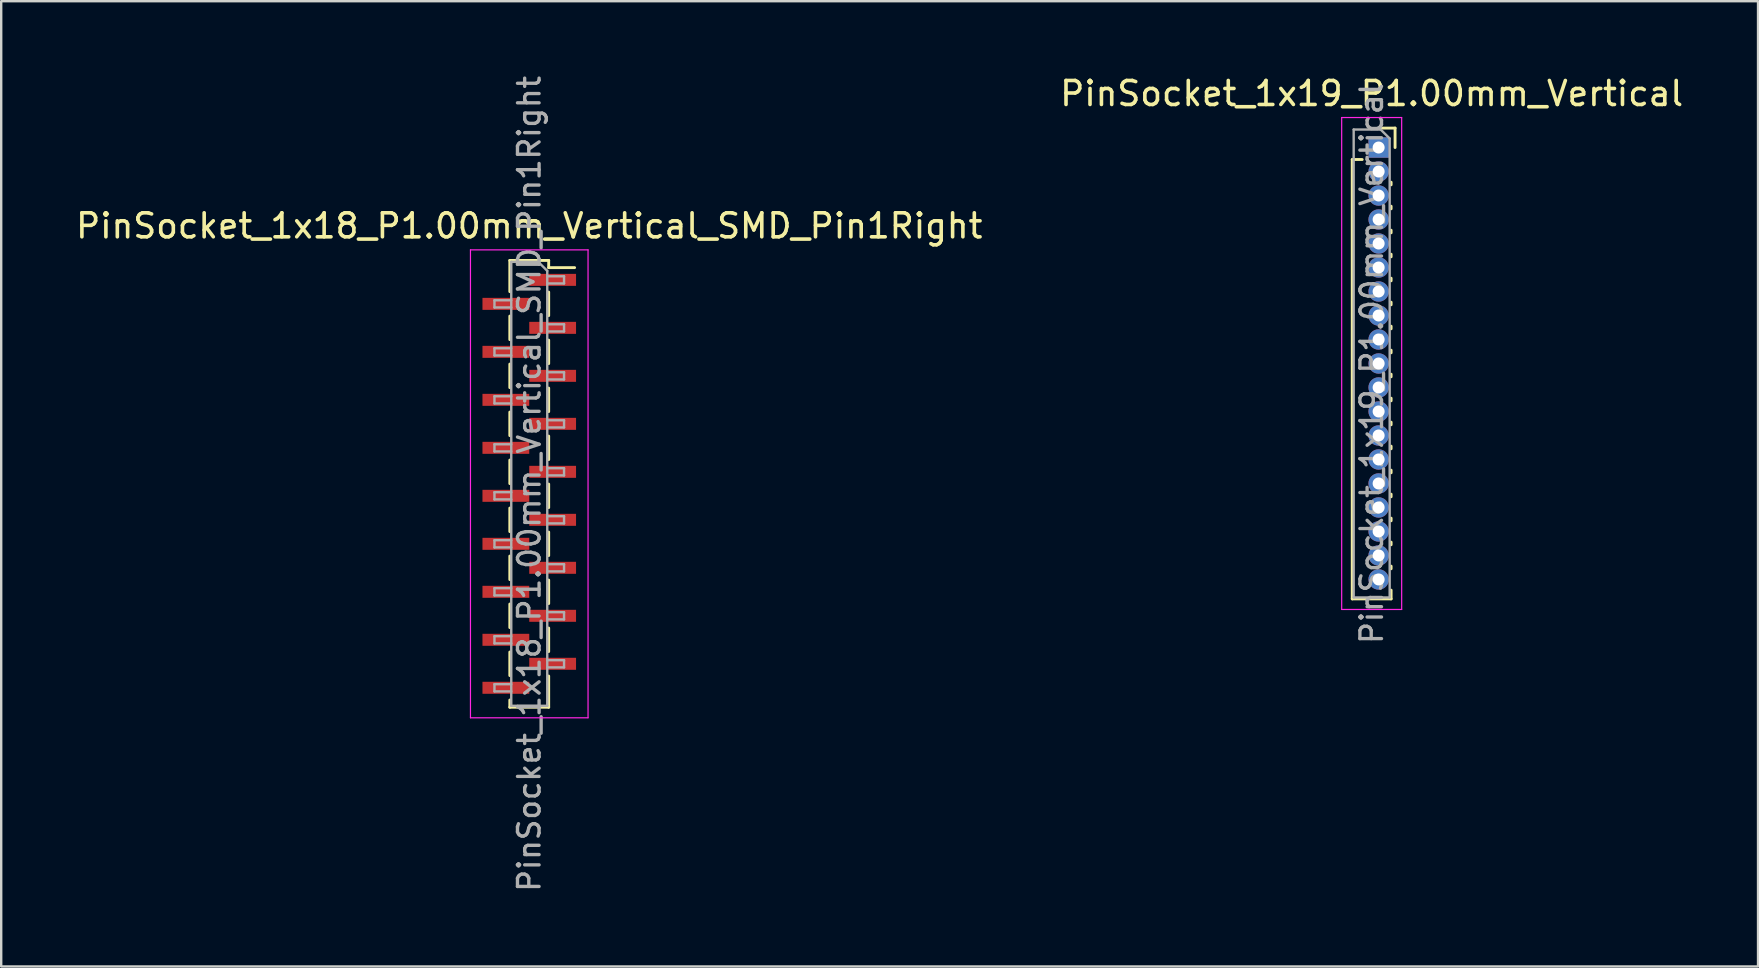
<source format=kicad_pcb>
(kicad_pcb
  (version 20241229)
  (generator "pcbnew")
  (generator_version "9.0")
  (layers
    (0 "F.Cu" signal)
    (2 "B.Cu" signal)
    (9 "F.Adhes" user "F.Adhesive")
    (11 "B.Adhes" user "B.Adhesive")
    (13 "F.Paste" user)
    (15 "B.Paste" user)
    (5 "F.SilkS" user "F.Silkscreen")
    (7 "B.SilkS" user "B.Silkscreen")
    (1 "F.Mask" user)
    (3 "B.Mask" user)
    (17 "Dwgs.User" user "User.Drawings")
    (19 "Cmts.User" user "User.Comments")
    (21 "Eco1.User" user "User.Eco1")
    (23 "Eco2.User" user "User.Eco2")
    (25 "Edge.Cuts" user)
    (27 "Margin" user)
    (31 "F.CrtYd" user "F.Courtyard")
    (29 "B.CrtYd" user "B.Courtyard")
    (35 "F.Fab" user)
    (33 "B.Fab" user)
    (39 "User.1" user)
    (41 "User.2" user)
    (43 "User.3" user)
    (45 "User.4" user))
  (footprint "PinSocket_1x18_P1.00mm_Vertical_SMD_Pin1Right"
    (layer "F.Cu")
    (at 19.006 17.113)
    (property "Reference" "PinSocket_1x18_P1.00mm_Vertical_SMD_Pin1Right" (at 0 -10.75 0) (layer "F.SilkS") (effects (font (size 1 1) (thickness 0.15))))
    (attr smd)
    (fp_line (start -0.81 -9.31) (end -0.81 -8.01) (stroke (width 0.12) (type solid)) (layer "F.SilkS"))
    (fp_line (start -0.81 -9.31) (end 0.81 -9.31) (stroke (width 0.12) (type solid)) (layer "F.SilkS"))
    (fp_line (start -0.81 -6.99) (end -0.81 -6.01) (stroke (width 0.12) (type solid)) (layer "F.SilkS"))
    (fp_line (start -0.81 -4.99) (end -0.81 -4.01) (stroke (width 0.12) (type solid)) (layer "F.SilkS"))
    (fp_line (start -0.81 -2.99) (end -0.81 -2.01) (stroke (width 0.12) (type solid)) (layer "F.SilkS"))
    (fp_line (start -0.81 -0.99) (end -0.81 -0.01) (stroke (width 0.12) (type solid)) (layer "F.SilkS"))
    (fp_line (start -0.81 1.01) (end -0.81 1.99) (stroke (width 0.12) (type solid)) (layer "F.SilkS"))
    (fp_line (start -0.81 3.01) (end -0.81 3.99) (stroke (width 0.12) (type solid)) (layer "F.SilkS"))
    (fp_line (start -0.81 5.01) (end -0.81 5.99) (stroke (width 0.12) (type solid)) (layer "F.SilkS"))
    (fp_line (start -0.81 7.01) (end -0.81 7.99) (stroke (width 0.12) (type solid)) (layer "F.SilkS"))
    (fp_line (start -0.81 9.01) (end -0.81 9.31) (stroke (width 0.12) (type solid)) (layer "F.SilkS"))
    (fp_line (start -0.81 9.31) (end 0.81 9.31) (stroke (width 0.12) (type solid)) (layer "F.SilkS"))
    (fp_line (start 0.81 -9.31) (end 0.81 -9.01) (stroke (width 0.12) (type solid)) (layer "F.SilkS"))
    (fp_line (start 0.81 -9.01) (end 1.89 -9.01) (stroke (width 0.12) (type solid)) (layer "F.SilkS"))
    (fp_line (start 0.81 -7.99) (end 0.81 -7.01) (stroke (width 0.12) (type solid)) (layer "F.SilkS"))
    (fp_line (start 0.81 -5.99) (end 0.81 -5.01) (stroke (width 0.12) (type solid)) (layer "F.SilkS"))
    (fp_line (start 0.81 -3.99) (end 0.81 -3.01) (stroke (width 0.12) (type solid)) (layer "F.SilkS"))
    (fp_line (start 0.81 -1.99) (end 0.81 -1.01) (stroke (width 0.12) (type solid)) (layer "F.SilkS"))
    (fp_line (start 0.81 0.01) (end 0.81 0.99) (stroke (width 0.12) (type solid)) (layer "F.SilkS"))
    (fp_line (start 0.81 2.01) (end 0.81 2.99) (stroke (width 0.12) (type solid)) (layer "F.SilkS"))
    (fp_line (start 0.81 4.01) (end 0.81 4.99) (stroke (width 0.12) (type solid)) (layer "F.SilkS"))
    (fp_line (start 0.81 6.01) (end 0.81 6.99) (stroke (width 0.12) (type solid)) (layer "F.SilkS"))
    (fp_line (start 0.81 8.01) (end 0.81 9.31) (stroke (width 0.12) (type solid)) (layer "F.SilkS"))
    (fp_line (start -2.45 -9.75) (end 2.45 -9.75) (stroke (width 0.05) (type solid)) (layer "F.CrtYd"))
    (fp_line (start -2.45 9.75) (end -2.45 -9.75) (stroke (width 0.05) (type solid)) (layer "F.CrtYd"))
    (fp_line (start 2.45 -9.75) (end 2.45 9.75) (stroke (width 0.05) (type solid)) (layer "F.CrtYd"))
    (fp_line (start 2.45 9.75) (end -2.45 9.75) (stroke (width 0.05) (type solid)) (layer "F.CrtYd"))
    (fp_line (start -1.45 -7.65) (end -0.75 -7.65) (stroke (width 0.1) (type solid)) (layer "F.Fab"))
    (fp_line (start -1.45 -7.35) (end -1.45 -7.65) (stroke (width 0.1) (type solid)) (layer "F.Fab"))
    (fp_line (start -1.45 -5.65) (end -0.75 -5.65) (stroke (width 0.1) (type solid)) (layer "F.Fab"))
    (fp_line (start -1.45 -5.35) (end -1.45 -5.65) (stroke (width 0.1) (type solid)) (layer "F.Fab"))
    (fp_line (start -1.45 -3.65) (end -0.75 -3.65) (stroke (width 0.1) (type solid)) (layer "F.Fab"))
    (fp_line (start -1.45 -3.35) (end -1.45 -3.65) (stroke (width 0.1) (type solid)) (layer "F.Fab"))
    (fp_line (start -1.45 -1.65) (end -0.75 -1.65) (stroke (width 0.1) (type solid)) (layer "F.Fab"))
    (fp_line (start -1.45 -1.35) (end -1.45 -1.65) (stroke (width 0.1) (type solid)) (layer "F.Fab"))
    (fp_line (start -1.45 0.35) (end -0.75 0.35) (stroke (width 0.1) (type solid)) (layer "F.Fab"))
    (fp_line (start -1.45 0.65) (end -1.45 0.35) (stroke (width 0.1) (type solid)) (layer "F.Fab"))
    (fp_line (start -1.45 2.35) (end -0.75 2.35) (stroke (width 0.1) (type solid)) (layer "F.Fab"))
    (fp_line (start -1.45 2.65) (end -1.45 2.35) (stroke (width 0.1) (type solid)) (layer "F.Fab"))
    (fp_line (start -1.45 4.35) (end -0.75 4.35) (stroke (width 0.1) (type solid)) (layer "F.Fab"))
    (fp_line (start -1.45 4.65) (end -1.45 4.35) (stroke (width 0.1) (type solid)) (layer "F.Fab"))
    (fp_line (start -1.45 6.35) (end -0.75 6.35) (stroke (width 0.1) (type solid)) (layer "F.Fab"))
    (fp_line (start -1.45 6.65) (end -1.45 6.35) (stroke (width 0.1) (type solid)) (layer "F.Fab"))
    (fp_line (start -1.45 8.35) (end -0.75 8.35) (stroke (width 0.1) (type solid)) (layer "F.Fab"))
    (fp_line (start -1.45 8.65) (end -1.45 8.35) (stroke (width 0.1) (type solid)) (layer "F.Fab"))
    (fp_line (start -0.75 -9.25) (end 0.375 -9.25) (stroke (width 0.1) (type solid)) (layer "F.Fab"))
    (fp_line (start -0.75 -7.35) (end -1.45 -7.35) (stroke (width 0.1) (type solid)) (layer "F.Fab"))
    (fp_line (start -0.75 -5.35) (end -1.45 -5.35) (stroke (width 0.1) (type solid)) (layer "F.Fab"))
    (fp_line (start -0.75 -3.35) (end -1.45 -3.35) (stroke (width 0.1) (type solid)) (layer "F.Fab"))
    (fp_line (start -0.75 -1.35) (end -1.45 -1.35) (stroke (width 0.1) (type solid)) (layer "F.Fab"))
    (fp_line (start -0.75 0.65) (end -1.45 0.65) (stroke (width 0.1) (type solid)) (layer "F.Fab"))
    (fp_line (start -0.75 2.65) (end -1.45 2.65) (stroke (width 0.1) (type solid)) (layer "F.Fab"))
    (fp_line (start -0.75 4.65) (end -1.45 4.65) (stroke (width 0.1) (type solid)) (layer "F.Fab"))
    (fp_line (start -0.75 6.65) (end -1.45 6.65) (stroke (width 0.1) (type solid)) (layer "F.Fab"))
    (fp_line (start -0.75 8.65) (end -1.45 8.65) (stroke (width 0.1) (type solid)) (layer "F.Fab"))
    (fp_line (start -0.75 9.25) (end -0.75 -9.25) (stroke (width 0.1) (type solid)) (layer "F.Fab"))
    (fp_line (start 0.375 -9.25) (end 0.75 -8.875) (stroke (width 0.1) (type solid)) (layer "F.Fab"))
    (fp_line (start 0.75 -8.875) (end 0.75 9.25) (stroke (width 0.1) (type solid)) (layer "F.Fab"))
    (fp_line (start 0.75 -8.65) (end 1.45 -8.65) (stroke (width 0.1) (type solid)) (layer "F.Fab"))
    (fp_line (start 0.75 -6.65) (end 1.45 -6.65) (stroke (width 0.1) (type solid)) (layer "F.Fab"))
    (fp_line (start 0.75 -4.65) (end 1.45 -4.65) (stroke (width 0.1) (type solid)) (layer "F.Fab"))
    (fp_line (start 0.75 -2.65) (end 1.45 -2.65) (stroke (width 0.1) (type solid)) (layer "F.Fab"))
    (fp_line (start 0.75 -0.65) (end 1.45 -0.65) (stroke (width 0.1) (type solid)) (layer "F.Fab"))
    (fp_line (start 0.75 1.35) (end 1.45 1.35) (stroke (width 0.1) (type solid)) (layer "F.Fab"))
    (fp_line (start 0.75 3.35) (end 1.45 3.35) (stroke (width 0.1) (type solid)) (layer "F.Fab"))
    (fp_line (start 0.75 5.35) (end 1.45 5.35) (stroke (width 0.1) (type solid)) (layer "F.Fab"))
    (fp_line (start 0.75 7.35) (end 1.45 7.35) (stroke (width 0.1) (type solid)) (layer "F.Fab"))
    (fp_line (start 0.75 9.25) (end -0.75 9.25) (stroke (width 0.1) (type solid)) (layer "F.Fab"))
    (fp_line (start 1.45 -8.65) (end 1.45 -8.35) (stroke (width 0.1) (type solid)) (layer "F.Fab"))
    (fp_line (start 1.45 -8.35) (end 0.75 -8.35) (stroke (width 0.1) (type solid)) (layer "F.Fab"))
    (fp_line (start 1.45 -6.65) (end 1.45 -6.35) (stroke (width 0.1) (type solid)) (layer "F.Fab"))
    (fp_line (start 1.45 -6.35) (end 0.75 -6.35) (stroke (width 0.1) (type solid)) (layer "F.Fab"))
    (fp_line (start 1.45 -4.65) (end 1.45 -4.35) (stroke (width 0.1) (type solid)) (layer "F.Fab"))
    (fp_line (start 1.45 -4.35) (end 0.75 -4.35) (stroke (width 0.1) (type solid)) (layer "F.Fab"))
    (fp_line (start 1.45 -2.65) (end 1.45 -2.35) (stroke (width 0.1) (type solid)) (layer "F.Fab"))
    (fp_line (start 1.45 -2.35) (end 0.75 -2.35) (stroke (width 0.1) (type solid)) (layer "F.Fab"))
    (fp_line (start 1.45 -0.65) (end 1.45 -0.35) (stroke (width 0.1) (type solid)) (layer "F.Fab"))
    (fp_line (start 1.45 -0.35) (end 0.75 -0.35) (stroke (width 0.1) (type solid)) (layer "F.Fab"))
    (fp_line (start 1.45 1.35) (end 1.45 1.65) (stroke (width 0.1) (type solid)) (layer "F.Fab"))
    (fp_line (start 1.45 1.65) (end 0.75 1.65) (stroke (width 0.1) (type solid)) (layer "F.Fab"))
    (fp_line (start 1.45 3.35) (end 1.45 3.65) (stroke (width 0.1) (type solid)) (layer "F.Fab"))
    (fp_line (start 1.45 3.65) (end 0.75 3.65) (stroke (width 0.1) (type solid)) (layer "F.Fab"))
    (fp_line (start 1.45 5.35) (end 1.45 5.65) (stroke (width 0.1) (type solid)) (layer "F.Fab"))
    (fp_line (start 1.45 5.65) (end 0.75 5.65) (stroke (width 0.1) (type solid)) (layer "F.Fab"))
    (fp_line (start 1.45 7.35) (end 1.45 7.65) (stroke (width 0.1) (type solid)) (layer "F.Fab"))
    (fp_line (start 1.45 7.65) (end 0.75 7.65) (stroke (width 0.1) (type solid)) (layer "F.Fab"))
    (fp_text user "${REFERENCE}" (at 0 0 90) (layer "F.Fab") (effects (font (size 0.9 0.9) (thickness 0.14))))
    (pad "1" smd rect (at 0.975 -8.5) (size 1.95 0.5) (layers "F.Cu" "F.Mask" "F.Paste"))
    (pad "2" smd rect (at -0.975 -7.5) (size 1.95 0.5) (layers "F.Cu" "F.Mask" "F.Paste"))
    (pad "3" smd rect (at 0.975 -6.5) (size 1.95 0.5) (layers "F.Cu" "F.Mask" "F.Paste"))
    (pad "4" smd rect (at -0.975 -5.5) (size 1.95 0.5) (layers "F.Cu" "F.Mask" "F.Paste"))
    (pad "5" smd rect (at 0.975 -4.5) (size 1.95 0.5) (layers "F.Cu" "F.Mask" "F.Paste"))
    (pad "6" smd rect (at -0.975 -3.5) (size 1.95 0.5) (layers "F.Cu" "F.Mask" "F.Paste"))
    (pad "7" smd rect (at 0.975 -2.5) (size 1.95 0.5) (layers "F.Cu" "F.Mask" "F.Paste"))
    (pad "8" smd rect (at -0.975 -1.5) (size 1.95 0.5) (layers "F.Cu" "F.Mask" "F.Paste"))
    (pad "9" smd rect (at 0.975 -0.5) (size 1.95 0.5) (layers "F.Cu" "F.Mask" "F.Paste"))
    (pad "10" smd rect (at -0.975 0.5) (size 1.95 0.5) (layers "F.Cu" "F.Mask" "F.Paste"))
    (pad "11" smd rect (at 0.975 1.5) (size 1.95 0.5) (layers "F.Cu" "F.Mask" "F.Paste"))
    (pad "12" smd rect (at -0.975 2.5) (size 1.95 0.5) (layers "F.Cu" "F.Mask" "F.Paste"))
    (pad "13" smd rect (at 0.975 3.5) (size 1.95 0.5) (layers "F.Cu" "F.Mask" "F.Paste"))
    (pad "14" smd rect (at -0.975 4.5) (size 1.95 0.5) (layers "F.Cu" "F.Mask" "F.Paste"))
    (pad "15" smd rect (at 0.975 5.5) (size 1.95 0.5) (layers "F.Cu" "F.Mask" "F.Paste"))
    (pad "16" smd rect (at -0.975 6.5) (size 1.95 0.5) (layers "F.Cu" "F.Mask" "F.Paste"))
    (pad "17" smd rect (at 0.975 7.5) (size 1.95 0.5) (layers "F.Cu" "F.Mask" "F.Paste"))
    (pad "18" smd rect (at -0.975 8.5) (size 1.95 0.5) (layers "F.Cu" "F.Mask" "F.Paste")))
  (footprint "PinSocket_1x19_P1.00mm_Vertical"
    (layer "F.Cu")
    (at 54.403 3.098)
    (property "Reference" "PinSocket_1x19_P1.00mm_Vertical" (at -0.29 -2.25 0) (layer "F.SilkS") (effects (font (size 1 1) (thickness 0.15))))
    (attr through_hole)
    (fp_line (start -1.1 0.5) (end -1.1 18.81) (stroke (width 0.12) (type solid)) (layer "F.SilkS"))
    (fp_line (start -1.1 0.5) (end -0.685 0.5) (stroke (width 0.12) (type solid)) (layer "F.SilkS"))
    (fp_line (start -1.1 18.81) (end 0.52 18.81) (stroke (width 0.12) (type solid)) (layer "F.SilkS"))
    (fp_line (start 0 -0.81) (end 0.685 -0.81) (stroke (width 0.12) (type solid)) (layer "F.SilkS"))
    (fp_line (start 0.52 1.446) (end 0.52 1.554) (stroke (width 0.12) (type solid)) (layer "F.SilkS"))
    (fp_line (start 0.52 2.446) (end 0.52 2.554) (stroke (width 0.12) (type solid)) (layer "F.SilkS"))
    (fp_line (start 0.52 3.446) (end 0.52 3.554) (stroke (width 0.12) (type solid)) (layer "F.SilkS"))
    (fp_line (start 0.52 4.446) (end 0.52 4.554) (stroke (width 0.12) (type solid)) (layer "F.SilkS"))
    (fp_line (start 0.52 5.446) (end 0.52 5.554) (stroke (width 0.12) (type solid)) (layer "F.SilkS"))
    (fp_line (start 0.52 6.446) (end 0.52 6.554) (stroke (width 0.12) (type solid)) (layer "F.SilkS"))
    (fp_line (start 0.52 7.446) (end 0.52 7.554) (stroke (width 0.12) (type solid)) (layer "F.SilkS"))
    (fp_line (start 0.52 8.446) (end 0.52 8.554) (stroke (width 0.12) (type solid)) (layer "F.SilkS"))
    (fp_line (start 0.52 9.446) (end 0.52 9.554) (stroke (width 0.12) (type solid)) (layer "F.SilkS"))
    (fp_line (start 0.52 10.446) (end 0.52 10.554) (stroke (width 0.12) (type solid)) (layer "F.SilkS"))
    (fp_line (start 0.52 11.446) (end 0.52 11.554) (stroke (width 0.12) (type solid)) (layer "F.SilkS"))
    (fp_line (start 0.52 12.446) (end 0.52 12.554) (stroke (width 0.12) (type solid)) (layer "F.SilkS"))
    (fp_line (start 0.52 13.446) (end 0.52 13.554) (stroke (width 0.12) (type solid)) (layer "F.SilkS"))
    (fp_line (start 0.52 14.446) (end 0.52 14.554) (stroke (width 0.12) (type solid)) (layer "F.SilkS"))
    (fp_line (start 0.52 15.446) (end 0.52 15.554) (stroke (width 0.12) (type solid)) (layer "F.SilkS"))
    (fp_line (start 0.52 16.446) (end 0.52 16.554) (stroke (width 0.12) (type solid)) (layer "F.SilkS"))
    (fp_line (start 0.52 17.446) (end 0.52 17.554) (stroke (width 0.12) (type solid)) (layer "F.SilkS"))
    (fp_line (start 0.52 18.446) (end 0.52 18.81) (stroke (width 0.12) (type solid)) (layer "F.SilkS"))
    (fp_line (start 0.685 -0.81) (end 0.685 0) (stroke (width 0.12) (type solid)) (layer "F.SilkS"))
    (fp_line (start -1.54 -1.25) (end 0.96 -1.25) (stroke (width 0.05) (type solid)) (layer "F.CrtYd"))
    (fp_line (start -1.54 19.25) (end -1.54 -1.25) (stroke (width 0.05) (type solid)) (layer "F.CrtYd"))
    (fp_line (start 0.96 -1.25) (end 0.96 19.25) (stroke (width 0.05) (type solid)) (layer "F.CrtYd"))
    (fp_line (start 0.96 19.25) (end -1.54 19.25) (stroke (width 0.05) (type solid)) (layer "F.CrtYd"))
    (fp_line (start -1.04 -0.75) (end 0.085 -0.75) (stroke (width 0.1) (type solid)) (layer "F.Fab"))
    (fp_line (start -1.04 18.75) (end -1.04 -0.75) (stroke (width 0.1) (type solid)) (layer "F.Fab"))
    (fp_line (start 0.085 -0.75) (end 0.46 -0.375) (stroke (width 0.1) (type solid)) (layer "F.Fab"))
    (fp_line (start 0.46 -0.375) (end 0.46 18.75) (stroke (width 0.1) (type solid)) (layer "F.Fab"))
    (fp_line (start 0.46 18.75) (end -1.04 18.75) (stroke (width 0.1) (type solid)) (layer "F.Fab"))
    (fp_text user "${REFERENCE}" (at -0.29 9 90) (layer "F.Fab") (effects (font (size 0.9 0.9) (thickness 0.14))))
    (pad "1" thru_hole rect (at 0 0) (size 0.85 0.85) (drill 0.5) (layers "*.Cu" "*.Mask"))
    (pad "2" thru_hole oval (at 0 1) (size 0.85 0.85) (drill 0.5) (layers "*.Cu" "*.Mask"))
    (pad "3" thru_hole oval (at 0 2) (size 0.85 0.85) (drill 0.5) (layers "*.Cu" "*.Mask"))
    (pad "4" thru_hole oval (at 0 3) (size 0.85 0.85) (drill 0.5) (layers "*.Cu" "*.Mask"))
    (pad "5" thru_hole oval (at 0 4) (size 0.85 0.85) (drill 0.5) (layers "*.Cu" "*.Mask"))
    (pad "6" thru_hole oval (at 0 5) (size 0.85 0.85) (drill 0.5) (layers "*.Cu" "*.Mask"))
    (pad "7" thru_hole oval (at 0 6) (size 0.85 0.85) (drill 0.5) (layers "*.Cu" "*.Mask"))
    (pad "8" thru_hole oval (at 0 7) (size 0.85 0.85) (drill 0.5) (layers "*.Cu" "*.Mask"))
    (pad "9" thru_hole oval (at 0 8) (size 0.85 0.85) (drill 0.5) (layers "*.Cu" "*.Mask"))
    (pad "10" thru_hole oval (at 0 9) (size 0.85 0.85) (drill 0.5) (layers "*.Cu" "*.Mask"))
    (pad "11" thru_hole oval (at 0 10) (size 0.85 0.85) (drill 0.5) (layers "*.Cu" "*.Mask"))
    (pad "12" thru_hole oval (at 0 11) (size 0.85 0.85) (drill 0.5) (layers "*.Cu" "*.Mask"))
    (pad "13" thru_hole oval (at 0 12) (size 0.85 0.85) (drill 0.5) (layers "*.Cu" "*.Mask"))
    (pad "14" thru_hole oval (at 0 13) (size 0.85 0.85) (drill 0.5) (layers "*.Cu" "*.Mask"))
    (pad "15" thru_hole oval (at 0 14) (size 0.85 0.85) (drill 0.5) (layers "*.Cu" "*.Mask"))
    (pad "16" thru_hole oval (at 0 15) (size 0.85 0.85) (drill 0.5) (layers "*.Cu" "*.Mask"))
    (pad "17" thru_hole oval (at 0 16) (size 0.85 0.85) (drill 0.5) (layers "*.Cu" "*.Mask"))
    (pad "18" thru_hole oval (at 0 17) (size 0.85 0.85) (drill 0.5) (layers "*.Cu" "*.Mask"))
    (pad "19" thru_hole oval (at 0 18) (size 0.85 0.85) (drill 0.5) (layers "*.Cu" "*.Mask")))
  (gr_rect
    (start -3 -3)
    (end 70.214 37.226)
    (stroke (width 0.1) (type default))
    (fill no)
    (layer "Edge.Cuts")))
</source>
